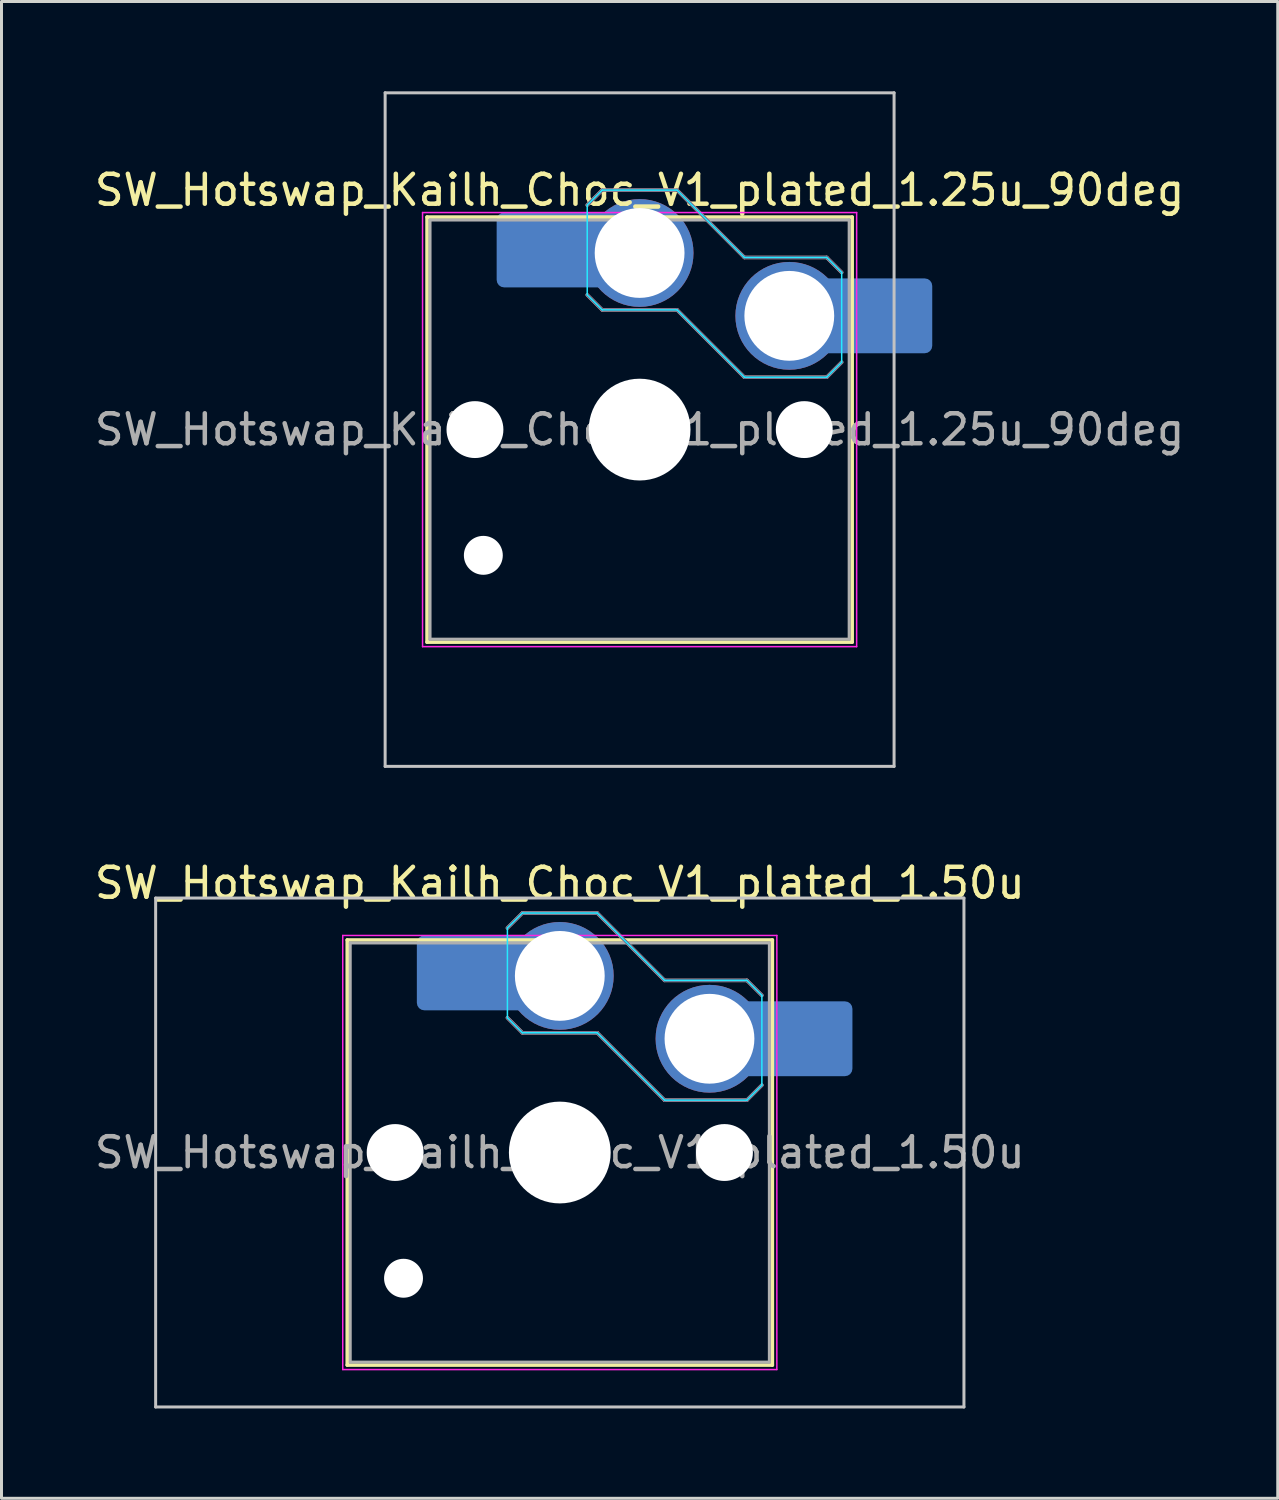
<source format=kicad_pcb>
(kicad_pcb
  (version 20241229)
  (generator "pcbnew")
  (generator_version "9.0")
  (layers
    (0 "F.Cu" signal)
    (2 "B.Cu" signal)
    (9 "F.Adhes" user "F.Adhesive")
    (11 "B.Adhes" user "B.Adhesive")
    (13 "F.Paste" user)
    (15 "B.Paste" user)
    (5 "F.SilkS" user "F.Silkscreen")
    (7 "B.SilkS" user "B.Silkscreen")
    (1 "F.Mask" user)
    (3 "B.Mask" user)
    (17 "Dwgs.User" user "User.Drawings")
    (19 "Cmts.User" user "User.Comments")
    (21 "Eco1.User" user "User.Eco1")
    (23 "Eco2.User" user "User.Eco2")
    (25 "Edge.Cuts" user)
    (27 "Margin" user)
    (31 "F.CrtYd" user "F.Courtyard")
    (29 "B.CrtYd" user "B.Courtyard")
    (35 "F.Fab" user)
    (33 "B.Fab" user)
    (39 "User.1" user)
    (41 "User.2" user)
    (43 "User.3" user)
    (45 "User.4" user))
  (footprint "SW_Hotswap_Kailh_Choc_V1_plated_1.25u_90deg"
    (layer "F.Cu")
    (at 18.315 11.3)
    (property "Reference" "SW_Hotswap_Kailh_Choc_V1_plated_1.25u_90deg" (at 0 -8 0) (layer "F.SilkS") (effects (font (size 1 1) (thickness 0.15))))
    (attr smd)
    (fp_line (start -7.1 -7.1) (end -7.1 7.1) (stroke (width 0.12) (type solid)) (layer "F.SilkS"))
    (fp_line (start -7.1 7.1) (end 7.1 7.1) (stroke (width 0.12) (type solid)) (layer "F.SilkS"))
    (fp_line (start 7.1 -7.1) (end -7.1 -7.1) (stroke (width 0.12) (type solid)) (layer "F.SilkS"))
    (fp_line (start 7.1 7.1) (end 7.1 -7.1) (stroke (width 0.12) (type solid)) (layer "F.SilkS"))
    (fp_line (start -1.75 -7.5) (end -1.25 -8) (stroke (width 0.12) (type solid)) (layer "B.SilkS"))
    (fp_line (start -1.25 -8) (end 1.25 -8) (stroke (width 0.12) (type solid)) (layer "B.SilkS"))
    (fp_line (start -1.25 -4) (end -1.75 -4.5) (stroke (width 0.12) (type solid)) (layer "B.SilkS"))
    (fp_line (start 1.25 -8) (end 3.5 -5.75) (stroke (width 0.12) (type solid)) (layer "B.SilkS"))
    (fp_line (start 1.25 -4) (end -1.25 -4) (stroke (width 0.12) (type solid)) (layer "B.SilkS"))
    (fp_line (start 3.5 -5.75) (end 6.25 -5.75) (stroke (width 0.12) (type solid)) (layer "B.SilkS"))
    (fp_line (start 3.5 -1.75) (end 1.25 -4) (stroke (width 0.12) (type solid)) (layer "B.SilkS"))
    (fp_line (start 6.25 -5.75) (end 6.75 -5.25) (stroke (width 0.12) (type solid)) (layer "B.SilkS"))
    (fp_line (start 6.25 -1.75) (end 3.5 -1.75) (stroke (width 0.12) (type solid)) (layer "B.SilkS"))
    (fp_line (start 6.75 -2.25) (end 6.25 -1.75) (stroke (width 0.12) (type solid)) (layer "B.SilkS"))
    (fp_line (start -8.5 -11.25) (end 8.5 -11.25) (stroke (width 0.1) (type solid)) (layer "Dwgs.User"))
    (fp_line (start -8.5 11.25) (end -8.5 -11.25) (stroke (width 0.1) (type solid)) (layer "Dwgs.User"))
    (fp_line (start 8.5 -11.25) (end 8.5 11.25) (stroke (width 0.1) (type solid)) (layer "Dwgs.User"))
    (fp_line (start 8.5 11.25) (end -8.5 11.25) (stroke (width 0.1) (type solid)) (layer "Dwgs.User"))
    (fp_line (start -1.75 -7.5) (end -1.25 -8) (stroke (width 0.05) (type solid)) (layer "B.CrtYd"))
    (fp_line (start -1.75 -4.5) (end -1.75 -7.5) (stroke (width 0.05) (type solid)) (layer "B.CrtYd"))
    (fp_line (start -1.25 -8) (end 1.25 -8) (stroke (width 0.05) (type solid)) (layer "B.CrtYd"))
    (fp_line (start -1.25 -4) (end -1.75 -4.5) (stroke (width 0.05) (type solid)) (layer "B.CrtYd"))
    (fp_line (start 1.25 -8) (end 3.5 -5.75) (stroke (width 0.05) (type solid)) (layer "B.CrtYd"))
    (fp_line (start 1.25 -4) (end -1.25 -4) (stroke (width 0.05) (type solid)) (layer "B.CrtYd"))
    (fp_line (start 3.5 -5.75) (end 6.25 -5.75) (stroke (width 0.05) (type solid)) (layer "B.CrtYd"))
    (fp_line (start 3.5 -1.75) (end 1.25 -4) (stroke (width 0.05) (type solid)) (layer "B.CrtYd"))
    (fp_line (start 6.25 -5.75) (end 6.75 -5.25) (stroke (width 0.05) (type solid)) (layer "B.CrtYd"))
    (fp_line (start 6.25 -1.75) (end 3.5 -1.75) (stroke (width 0.05) (type solid)) (layer "B.CrtYd"))
    (fp_line (start 6.75 -5.25) (end 6.75 -2.25) (stroke (width 0.05) (type solid)) (layer "B.CrtYd"))
    (fp_line (start 6.75 -2.25) (end 6.25 -1.75) (stroke (width 0.05) (type solid)) (layer "B.CrtYd"))
    (fp_line (start -7.25 -7.25) (end -7.25 7.25) (stroke (width 0.05) (type solid)) (layer "F.CrtYd"))
    (fp_line (start -7.25 7.25) (end 7.25 7.25) (stroke (width 0.05) (type solid)) (layer "F.CrtYd"))
    (fp_line (start 7.25 -7.25) (end -7.25 -7.25) (stroke (width 0.05) (type solid)) (layer "F.CrtYd"))
    (fp_line (start 7.25 7.25) (end 7.25 -7.25) (stroke (width 0.05) (type solid)) (layer "F.CrtYd"))
    (fp_line (start -1.75 -7.5) (end -1.25 -8) (stroke (width 0.1) (type solid)) (layer "B.Fab"))
    (fp_line (start -1.25 -8) (end 1.25 -8) (stroke (width 0.1) (type solid)) (layer "B.Fab"))
    (fp_line (start -1.25 -4) (end -1.75 -4.5) (stroke (width 0.1) (type solid)) (layer "B.Fab"))
    (fp_line (start 1.25 -8) (end 3.5 -5.75) (stroke (width 0.1) (type solid)) (layer "B.Fab"))
    (fp_line (start 1.25 -4) (end -1.25 -4) (stroke (width 0.1) (type solid)) (layer "B.Fab"))
    (fp_line (start 3.5 -5.75) (end 6.25 -5.75) (stroke (width 0.1) (type solid)) (layer "B.Fab"))
    (fp_line (start 3.5 -1.75) (end 1.25 -4) (stroke (width 0.1) (type solid)) (layer "B.Fab"))
    (fp_line (start 6.25 -5.75) (end 6.75 -5.25) (stroke (width 0.1) (type solid)) (layer "B.Fab"))
    (fp_line (start 6.25 -1.75) (end 3.5 -1.75) (stroke (width 0.1) (type solid)) (layer "B.Fab"))
    (fp_line (start 6.75 -2.25) (end 6.25 -1.75) (stroke (width 0.1) (type solid)) (layer "B.Fab"))
    (fp_line (start -7 -7) (end -7 7) (stroke (width 0.1) (type solid)) (layer "F.Fab"))
    (fp_line (start -7 7) (end 7 7) (stroke (width 0.1) (type solid)) (layer "F.Fab"))
    (fp_line (start 7 -7) (end -7 -7) (stroke (width 0.1) (type solid)) (layer "F.Fab"))
    (fp_line (start 7 7) (end 7 -7) (stroke (width 0.1) (type solid)) (layer "F.Fab"))
    (fp_text user "${REFERENCE}" (at 0 0 0) (layer "F.Fab") (effects (font (size 1 1) (thickness 0.15))))
    (pad "" np_thru_hole circle (at -5.5 0) (size 1.9 1.9) (drill 1.9) (layers "*.Cu" "*.Mask"))
    (pad "" np_thru_hole circle (at -5.22 4.2) (size 1.3 1.3) (drill 1.3) (layers "*.Cu" "*.Mask"))
    (pad "" smd roundrect (at -3.5 -6) (size 2.55 2.5) (layers "B.Mask" "B.Paste") (roundrect_rratio 0.1))
    (pad "" np_thru_hole circle (at 0 0) (size 3.4 3.4) (drill 3.4) (layers "*.Cu" "*.Mask"))
    (pad "" np_thru_hole circle (at 5.5 0) (size 1.9 1.9) (drill 1.9) (layers "*.Cu" "*.Mask"))
    (pad "" smd roundrect (at 8.5 -3.8) (size 2.55 2.5) (layers "B.Mask" "B.Paste") (roundrect_rratio 0.1))
    (pad "1" smd roundrect (at -2.85 -6) (size 3.85 2.5) (layers "B.Cu") (roundrect_rratio 0.1))
    (pad "1" thru_hole circle (at 0 -5.9) (size 3.6 3.6) (drill 3) (layers "*.Cu" "B.Mask"))
    (pad "2" thru_hole circle (at 5 -3.8) (size 3.6 3.6) (drill 3) (layers "*.Cu" "B.Mask"))
    (pad "2" smd roundrect (at 7.85 -3.8) (size 3.85 2.5) (layers "B.Cu") (roundrect_rratio 0.1)))
  (footprint "SW_Hotswap_Kailh_Choc_V1_plated_1.50u"
    (layer "F.Cu")
    (at 15.649 35.448)
    (property "Reference" "SW_Hotswap_Kailh_Choc_V1_plated_1.50u" (at 0 -9 0) (layer "F.SilkS") (effects (font (size 1 1) (thickness 0.15))))
    (attr smd)
    (fp_line (start -7.1 -7.1) (end -7.1 7.1) (stroke (width 0.12) (type solid)) (layer "F.SilkS"))
    (fp_line (start -7.1 7.1) (end 7.1 7.1) (stroke (width 0.12) (type solid)) (layer "F.SilkS"))
    (fp_line (start 7.1 -7.1) (end -7.1 -7.1) (stroke (width 0.12) (type solid)) (layer "F.SilkS"))
    (fp_line (start 7.1 7.1) (end 7.1 -7.1) (stroke (width 0.12) (type solid)) (layer "F.SilkS"))
    (fp_line (start -1.75 -7.5) (end -1.25 -8) (stroke (width 0.12) (type solid)) (layer "B.SilkS"))
    (fp_line (start -1.25 -8) (end 1.25 -8) (stroke (width 0.12) (type solid)) (layer "B.SilkS"))
    (fp_line (start -1.25 -4) (end -1.75 -4.5) (stroke (width 0.12) (type solid)) (layer "B.SilkS"))
    (fp_line (start 1.25 -8) (end 3.5 -5.75) (stroke (width 0.12) (type solid)) (layer "B.SilkS"))
    (fp_line (start 1.25 -4) (end -1.25 -4) (stroke (width 0.12) (type solid)) (layer "B.SilkS"))
    (fp_line (start 3.5 -5.75) (end 6.25 -5.75) (stroke (width 0.12) (type solid)) (layer "B.SilkS"))
    (fp_line (start 3.5 -1.75) (end 1.25 -4) (stroke (width 0.12) (type solid)) (layer "B.SilkS"))
    (fp_line (start 6.25 -5.75) (end 6.75 -5.25) (stroke (width 0.12) (type solid)) (layer "B.SilkS"))
    (fp_line (start 6.25 -1.75) (end 3.5 -1.75) (stroke (width 0.12) (type solid)) (layer "B.SilkS"))
    (fp_line (start 6.75 -2.25) (end 6.25 -1.75) (stroke (width 0.12) (type solid)) (layer "B.SilkS"))
    (fp_line (start -13.5 -8.5) (end -13.5 8.5) (stroke (width 0.1) (type solid)) (layer "Dwgs.User"))
    (fp_line (start -13.5 8.5) (end 13.5 8.5) (stroke (width 0.1) (type solid)) (layer "Dwgs.User"))
    (fp_line (start 13.5 -8.5) (end -13.5 -8.5) (stroke (width 0.1) (type solid)) (layer "Dwgs.User"))
    (fp_line (start 13.5 8.5) (end 13.5 -8.5) (stroke (width 0.1) (type solid)) (layer "Dwgs.User"))
    (fp_line (start -1.75 -7.5) (end -1.25 -8) (stroke (width 0.05) (type solid)) (layer "B.CrtYd"))
    (fp_line (start -1.75 -4.5) (end -1.75 -7.5) (stroke (width 0.05) (type solid)) (layer "B.CrtYd"))
    (fp_line (start -1.25 -8) (end 1.25 -8) (stroke (width 0.05) (type solid)) (layer "B.CrtYd"))
    (fp_line (start -1.25 -4) (end -1.75 -4.5) (stroke (width 0.05) (type solid)) (layer "B.CrtYd"))
    (fp_line (start 1.25 -8) (end 3.5 -5.75) (stroke (width 0.05) (type solid)) (layer "B.CrtYd"))
    (fp_line (start 1.25 -4) (end -1.25 -4) (stroke (width 0.05) (type solid)) (layer "B.CrtYd"))
    (fp_line (start 3.5 -5.75) (end 6.25 -5.75) (stroke (width 0.05) (type solid)) (layer "B.CrtYd"))
    (fp_line (start 3.5 -1.75) (end 1.25 -4) (stroke (width 0.05) (type solid)) (layer "B.CrtYd"))
    (fp_line (start 6.25 -5.75) (end 6.75 -5.25) (stroke (width 0.05) (type solid)) (layer "B.CrtYd"))
    (fp_line (start 6.25 -1.75) (end 3.5 -1.75) (stroke (width 0.05) (type solid)) (layer "B.CrtYd"))
    (fp_line (start 6.75 -5.25) (end 6.75 -2.25) (stroke (width 0.05) (type solid)) (layer "B.CrtYd"))
    (fp_line (start 6.75 -2.25) (end 6.25 -1.75) (stroke (width 0.05) (type solid)) (layer "B.CrtYd"))
    (fp_line (start -7.25 -7.25) (end -7.25 7.25) (stroke (width 0.05) (type solid)) (layer "F.CrtYd"))
    (fp_line (start -7.25 7.25) (end 7.25 7.25) (stroke (width 0.05) (type solid)) (layer "F.CrtYd"))
    (fp_line (start 7.25 -7.25) (end -7.25 -7.25) (stroke (width 0.05) (type solid)) (layer "F.CrtYd"))
    (fp_line (start 7.25 7.25) (end 7.25 -7.25) (stroke (width 0.05) (type solid)) (layer "F.CrtYd"))
    (fp_line (start -1.75 -7.5) (end -1.25 -8) (stroke (width 0.1) (type solid)) (layer "B.Fab"))
    (fp_line (start -1.25 -8) (end 1.25 -8) (stroke (width 0.1) (type solid)) (layer "B.Fab"))
    (fp_line (start -1.25 -4) (end -1.75 -4.5) (stroke (width 0.1) (type solid)) (layer "B.Fab"))
    (fp_line (start 1.25 -8) (end 3.5 -5.75) (stroke (width 0.1) (type solid)) (layer "B.Fab"))
    (fp_line (start 1.25 -4) (end -1.25 -4) (stroke (width 0.1) (type solid)) (layer "B.Fab"))
    (fp_line (start 3.5 -5.75) (end 6.25 -5.75) (stroke (width 0.1) (type solid)) (layer "B.Fab"))
    (fp_line (start 3.5 -1.75) (end 1.25 -4) (stroke (width 0.1) (type solid)) (layer "B.Fab"))
    (fp_line (start 6.25 -5.75) (end 6.75 -5.25) (stroke (width 0.1) (type solid)) (layer "B.Fab"))
    (fp_line (start 6.25 -1.75) (end 3.5 -1.75) (stroke (width 0.1) (type solid)) (layer "B.Fab"))
    (fp_line (start 6.75 -2.25) (end 6.25 -1.75) (stroke (width 0.1) (type solid)) (layer "B.Fab"))
    (fp_line (start -7 -7) (end -7 7) (stroke (width 0.1) (type solid)) (layer "F.Fab"))
    (fp_line (start -7 7) (end 7 7) (stroke (width 0.1) (type solid)) (layer "F.Fab"))
    (fp_line (start 7 -7) (end -7 -7) (stroke (width 0.1) (type solid)) (layer "F.Fab"))
    (fp_line (start 7 7) (end 7 -7) (stroke (width 0.1) (type solid)) (layer "F.Fab"))
    (fp_text user "${REFERENCE}" (at 0 0 0) (layer "F.Fab") (effects (font (size 1 1) (thickness 0.15))))
    (pad "" np_thru_hole circle (at -5.5 0) (size 1.9 1.9) (drill 1.9) (layers "*.Cu" "*.Mask"))
    (pad "" np_thru_hole circle (at -5.22 4.2) (size 1.3 1.3) (drill 1.3) (layers "*.Cu" "*.Mask"))
    (pad "" smd roundrect (at -3.5 -6) (size 2.55 2.5) (layers "B.Mask" "B.Paste") (roundrect_rratio 0.1))
    (pad "" np_thru_hole circle (at 0 0) (size 3.4 3.4) (drill 3.4) (layers "*.Cu" "*.Mask"))
    (pad "" np_thru_hole circle (at 5.5 0) (size 1.9 1.9) (drill 1.9) (layers "*.Cu" "*.Mask"))
    (pad "" smd roundrect (at 8.5 -3.8) (size 2.55 2.5) (layers "B.Mask" "B.Paste") (roundrect_rratio 0.1))
    (pad "1" smd roundrect (at -2.85 -6) (size 3.85 2.5) (layers "B.Cu") (roundrect_rratio 0.1))
    (pad "1" thru_hole circle (at 0 -5.9) (size 3.6 3.6) (drill 3) (layers "*.Cu" "B.Mask"))
    (pad "2" thru_hole circle (at 5 -3.8) (size 3.6 3.6) (drill 3) (layers "*.Cu" "B.Mask"))
    (pad "2" smd roundrect (at 7.85 -3.8) (size 3.85 2.5) (layers "B.Cu") (roundrect_rratio 0.1)))
  (gr_rect
    (start -3 -3)
    (end 39.631 46.998)
    (stroke (width 0.1) (type default))
    (fill no)
    (layer "Edge.Cuts")))
</source>
